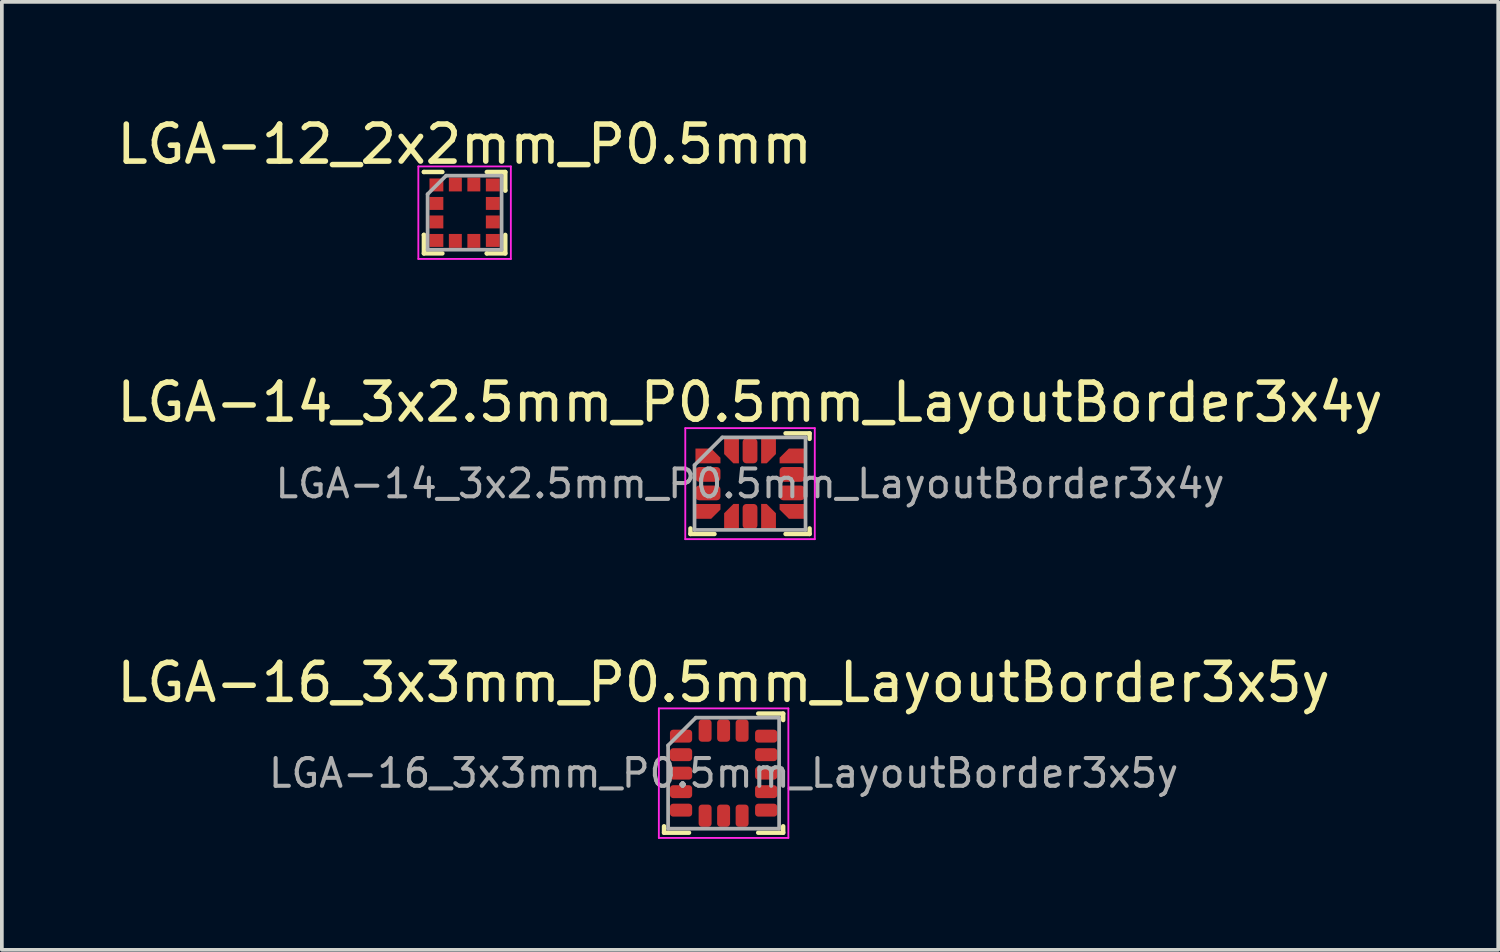
<source format=kicad_pcb>
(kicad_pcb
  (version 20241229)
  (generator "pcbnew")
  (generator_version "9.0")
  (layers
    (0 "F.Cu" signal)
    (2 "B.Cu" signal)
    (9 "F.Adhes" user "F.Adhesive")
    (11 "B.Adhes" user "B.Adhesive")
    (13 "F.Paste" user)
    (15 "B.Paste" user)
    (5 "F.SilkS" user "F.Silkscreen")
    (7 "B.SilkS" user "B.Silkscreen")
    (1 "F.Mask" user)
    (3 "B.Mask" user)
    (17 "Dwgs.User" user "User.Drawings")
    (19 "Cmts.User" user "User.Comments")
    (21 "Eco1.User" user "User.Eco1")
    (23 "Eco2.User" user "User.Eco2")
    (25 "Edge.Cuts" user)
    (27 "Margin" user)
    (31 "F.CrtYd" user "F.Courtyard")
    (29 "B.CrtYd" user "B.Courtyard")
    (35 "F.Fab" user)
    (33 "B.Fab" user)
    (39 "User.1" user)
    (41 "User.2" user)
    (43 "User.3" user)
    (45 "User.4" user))
  (footprint "LGA-14_3x2.5mm_P0.5mm_LayoutBorder3x4y"
    (layer "F.Cu")
    (at 17.22 10.021)
    (property "Reference" "LGA-14_3x2.5mm_P0.5mm_LayoutBorder3x4y" (at 0 -2.2 0) (layer "F.SilkS") (effects (font (size 1 1) (thickness 0.15))))
    (attr smd)
    (fp_line (start -1.61 1.36) (end -1.61 1.21) (stroke (width 0.12) (type solid)) (layer "F.SilkS"))
    (fp_line (start -0.96 1.36) (end -1.61 1.36) (stroke (width 0.12) (type solid)) (layer "F.SilkS"))
    (fp_line (start 0.96 -1.36) (end 1.61 -1.36) (stroke (width 0.12) (type solid)) (layer "F.SilkS"))
    (fp_line (start 0.96 1.36) (end 1.61 1.36) (stroke (width 0.12) (type solid)) (layer "F.SilkS"))
    (fp_line (start 1.61 -1.36) (end 1.61 -1.21) (stroke (width 0.12) (type solid)) (layer "F.SilkS"))
    (fp_line (start 1.61 1.36) (end 1.61 1.21) (stroke (width 0.12) (type solid)) (layer "F.SilkS"))
    (fp_line (start -1.75 -1.5) (end -1.75 1.5) (stroke (width 0.05) (type solid)) (layer "F.CrtYd"))
    (fp_line (start -1.75 1.5) (end 1.75 1.5) (stroke (width 0.05) (type solid)) (layer "F.CrtYd"))
    (fp_line (start 1.75 -1.5) (end -1.75 -1.5) (stroke (width 0.05) (type solid)) (layer "F.CrtYd"))
    (fp_line (start 1.75 1.5) (end 1.75 -1.5) (stroke (width 0.05) (type solid)) (layer "F.CrtYd"))
    (fp_line (start -1.5 -0.5) (end -0.75 -1.25) (stroke (width 0.1) (type solid)) (layer "F.Fab"))
    (fp_line (start -1.5 1.25) (end -1.5 -0.5) (stroke (width 0.1) (type solid)) (layer "F.Fab"))
    (fp_line (start -0.75 -1.25) (end 1.5 -1.25) (stroke (width 0.1) (type solid)) (layer "F.Fab"))
    (fp_line (start 1.5 -1.25) (end 1.5 1.25) (stroke (width 0.1) (type solid)) (layer "F.Fab"))
    (fp_line (start 1.5 1.25) (end -1.5 1.25) (stroke (width 0.1) (type solid)) (layer "F.Fab"))
    (fp_text user "${REFERENCE}" (at 0 0 0) (layer "F.Fab") (effects (font (size 0.75 0.75) (thickness 0.11))))
    (pad "1" smd custom (at -1.137 -0.75) (size 0.223 0.223) (layers "F.Cu" "F.Mask" "F.Paste") (options (anchor circle)) (primitives (gr_poly (pts (xy -0.338 -0.2) (xy 0.087 -0.2) (xy 0.338 0.05) (xy 0.338 0.2) (xy -0.338 0.2)) (width 0) (fill yes))))
    (pad "2" smd roundrect (at -1.137 -0.25) (size 0.675 0.4) (layers "F.Cu" "F.Mask" "F.Paste") (roundrect_rratio 0.25))
    (pad "3" smd roundrect (at -1.137 0.25) (size 0.675 0.4) (layers "F.Cu" "F.Mask" "F.Paste") (roundrect_rratio 0.25))
    (pad "4" smd custom (at -1.137 0.75) (size 0.223 0.223) (layers "F.Cu" "F.Mask" "F.Paste") (options (anchor circle)) (primitives (gr_poly (pts (xy -0.338 -0.2) (xy 0.338 -0.2) (xy 0.338 -0.05) (xy 0.087 0.2) (xy -0.338 0.2)) (width 0) (fill yes))))
    (pad "5" smd custom (at -0.5 0.887) (size 0.223 0.223) (layers "F.Cu" "F.Mask" "F.Paste") (options (anchor circle)) (primitives (gr_poly (pts (xy -0.2 -0.087) (xy 0.05 -0.338) (xy 0.2 -0.338) (xy 0.2 0.338) (xy -0.2 0.338)) (width 0) (fill yes))))
    (pad "6" smd roundrect (at 0 0.887) (size 0.4 0.675) (layers "F.Cu" "F.Mask" "F.Paste") (roundrect_rratio 0.25))
    (pad "7" smd custom (at 0.5 0.887) (size 0.223 0.223) (layers "F.Cu" "F.Mask" "F.Paste") (options (anchor circle)) (primitives (gr_poly (pts (xy -0.2 -0.338) (xy -0.05 -0.338) (xy 0.2 -0.087) (xy 0.2 0.338) (xy -0.2 0.338)) (width 0) (fill yes))))
    (pad "8" smd custom (at 1.137 0.75) (size 0.223 0.223) (layers "F.Cu" "F.Mask" "F.Paste") (options (anchor circle)) (primitives (gr_poly (pts (xy -0.338 -0.2) (xy 0.338 -0.2) (xy 0.338 0.2) (xy -0.087 0.2) (xy -0.338 -0.05)) (width 0) (fill yes))))
    (pad "9" smd roundrect (at 1.137 0.25) (size 0.675 0.4) (layers "F.Cu" "F.Mask" "F.Paste") (roundrect_rratio 0.25))
    (pad "10" smd roundrect (at 1.137 -0.25) (size 0.675 0.4) (layers "F.Cu" "F.Mask" "F.Paste") (roundrect_rratio 0.25))
    (pad "11" smd custom (at 1.137 -0.75) (size 0.223 0.223) (layers "F.Cu" "F.Mask" "F.Paste") (options (anchor circle)) (primitives (gr_poly (pts (xy -0.338 0.05) (xy -0.087 -0.2) (xy 0.338 -0.2) (xy 0.338 0.2) (xy -0.338 0.2)) (width 0) (fill yes))))
    (pad "12" smd custom (at 0.5 -0.887) (size 0.223 0.223) (layers "F.Cu" "F.Mask" "F.Paste") (options (anchor circle)) (primitives (gr_poly (pts (xy -0.2 -0.338) (xy 0.2 -0.338) (xy 0.2 0.087) (xy -0.05 0.338) (xy -0.2 0.338)) (width 0) (fill yes))))
    (pad "13" smd roundrect (at 0 -0.887) (size 0.4 0.675) (layers "F.Cu" "F.Mask" "F.Paste") (roundrect_rratio 0.25))
    (pad "14" smd custom (at -0.5 -0.887) (size 0.223 0.223) (layers "F.Cu" "F.Mask" "F.Paste") (options (anchor circle)) (primitives (gr_poly (pts (xy -0.2 -0.338) (xy 0.2 -0.338) (xy 0.2 0.338) (xy 0.05 0.338) (xy -0.2 0.087)) (width 0) (fill yes)))))
  (footprint "LGA-12_2x2mm_P0.5mm"
    (layer "F.Cu")
    (at 9.506 2.698)
    (property "Reference" "LGA-12_2x2mm_P0.5mm" (at 0 -1.85 0) (layer "F.SilkS") (effects (font (size 1 1) (thickness 0.15))))
    (attr smd)
    (fp_line (start -1.1 -1.1) (end -1.1 -1.1) (stroke (width 0.12) (type solid)) (layer "F.SilkS"))
    (fp_line (start -1.1 0.6) (end -1.1 0.6) (stroke (width 0.12) (type solid)) (layer "F.SilkS"))
    (fp_line (start -1.1 1.1) (end -1.1 0.6) (stroke (width 0.12) (type solid)) (layer "F.SilkS"))
    (fp_line (start -0.6 -1.1) (end -1.1 -1.1) (stroke (width 0.12) (type solid)) (layer "F.SilkS"))
    (fp_line (start -0.6 1.1) (end -1.1 1.1) (stroke (width 0.12) (type solid)) (layer "F.SilkS"))
    (fp_line (start 0.6 -1.1) (end 1.1 -1.1) (stroke (width 0.12) (type solid)) (layer "F.SilkS"))
    (fp_line (start 0.6 1.1) (end 0.6 1.1) (stroke (width 0.12) (type solid)) (layer "F.SilkS"))
    (fp_line (start 1.1 -1.1) (end 1.1 -0.6) (stroke (width 0.12) (type solid)) (layer "F.SilkS"))
    (fp_line (start 1.1 -0.6) (end 1.1 -0.6) (stroke (width 0.12) (type solid)) (layer "F.SilkS"))
    (fp_line (start 1.1 0.6) (end 1.1 1.1) (stroke (width 0.12) (type solid)) (layer "F.SilkS"))
    (fp_line (start 1.1 1.1) (end 0.6 1.1) (stroke (width 0.12) (type solid)) (layer "F.SilkS"))
    (fp_line (start -1.25 -1.25) (end 1.25 -1.25) (stroke (width 0.05) (type solid)) (layer "F.CrtYd"))
    (fp_line (start -1.25 1.25) (end -1.25 -1.25) (stroke (width 0.05) (type solid)) (layer "F.CrtYd"))
    (fp_line (start 1.25 -1.25) (end 1.25 1.25) (stroke (width 0.05) (type solid)) (layer "F.CrtYd"))
    (fp_line (start 1.25 1.25) (end -1.25 1.25) (stroke (width 0.05) (type solid)) (layer "F.CrtYd"))
    (fp_line (start -1 -0.5) (end -0.5 -1) (stroke (width 0.1) (type solid)) (layer "F.Fab"))
    (fp_line (start -1 1) (end -1 -0.5) (stroke (width 0.1) (type solid)) (layer "F.Fab"))
    (fp_line (start -0.5 -1) (end 1 -1) (stroke (width 0.1) (type solid)) (layer "F.Fab"))
    (fp_line (start 1 -1) (end 1 1) (stroke (width 0.1) (type solid)) (layer "F.Fab"))
    (fp_line (start 1 1) (end -1 1) (stroke (width 0.1) (type solid)) (layer "F.Fab"))
    (pad "1" smd rect (at -0.762 -0.75) (size 0.375 0.35) (layers "F.Cu" "F.Mask" "F.Paste"))
    (pad "2" smd rect (at -0.762 -0.25) (size 0.375 0.35) (layers "F.Cu" "F.Mask" "F.Paste"))
    (pad "3" smd rect (at -0.762 0.25) (size 0.375 0.35) (layers "F.Cu" "F.Mask" "F.Paste"))
    (pad "4" smd rect (at -0.762 0.75) (size 0.375 0.35) (layers "F.Cu" "F.Mask" "F.Paste"))
    (pad "5" smd rect (at -0.25 0.762 90) (size 0.375 0.35) (layers "F.Cu" "F.Mask" "F.Paste"))
    (pad "6" smd rect (at 0.25 0.762 90) (size 0.375 0.35) (layers "F.Cu" "F.Mask" "F.Paste"))
    (pad "7" smd rect (at 0.762 0.75) (size 0.375 0.35) (layers "F.Cu" "F.Mask" "F.Paste"))
    (pad "8" smd rect (at 0.762 0.25) (size 0.375 0.35) (layers "F.Cu" "F.Mask" "F.Paste"))
    (pad "9" smd rect (at 0.762 -0.25) (size 0.375 0.35) (layers "F.Cu" "F.Mask" "F.Paste"))
    (pad "10" smd rect (at 0.762 -0.75) (size 0.375 0.35) (layers "F.Cu" "F.Mask" "F.Paste"))
    (pad "11" smd rect (at 0.25 -0.762 90) (size 0.375 0.35) (layers "F.Cu" "F.Mask" "F.Paste"))
    (pad "12" smd rect (at -0.25 -0.762 90) (size 0.375 0.35) (layers "F.Cu" "F.Mask" "F.Paste")))
  (footprint "LGA-16_3x3mm_P0.5mm_LayoutBorder3x5y"
    (layer "F.Cu")
    (at 16.506 17.845)
    (property "Reference" "LGA-16_3x3mm_P0.5mm_LayoutBorder3x5y" (at 0 -2.45 0) (layer "F.SilkS") (effects (font (size 1 1) (thickness 0.15))))
    (attr smd)
    (fp_line (start -1.61 1.61) (end -1.61 1.435) (stroke (width 0.12) (type solid)) (layer "F.SilkS"))
    (fp_line (start -0.935 1.61) (end -1.61 1.61) (stroke (width 0.12) (type solid)) (layer "F.SilkS"))
    (fp_line (start 0.935 -1.61) (end 1.61 -1.61) (stroke (width 0.12) (type solid)) (layer "F.SilkS"))
    (fp_line (start 0.935 1.61) (end 1.61 1.61) (stroke (width 0.12) (type solid)) (layer "F.SilkS"))
    (fp_line (start 1.61 -1.61) (end 1.61 -1.435) (stroke (width 0.12) (type solid)) (layer "F.SilkS"))
    (fp_line (start 1.61 1.61) (end 1.61 1.435) (stroke (width 0.12) (type solid)) (layer "F.SilkS"))
    (fp_line (start -1.75 -1.75) (end -1.75 1.75) (stroke (width 0.05) (type solid)) (layer "F.CrtYd"))
    (fp_line (start -1.75 1.75) (end 1.75 1.75) (stroke (width 0.05) (type solid)) (layer "F.CrtYd"))
    (fp_line (start 1.75 -1.75) (end -1.75 -1.75) (stroke (width 0.05) (type solid)) (layer "F.CrtYd"))
    (fp_line (start 1.75 1.75) (end 1.75 -1.75) (stroke (width 0.05) (type solid)) (layer "F.CrtYd"))
    (fp_line (start -1.5 -0.75) (end -0.75 -1.5) (stroke (width 0.1) (type solid)) (layer "F.Fab"))
    (fp_line (start -1.5 1.5) (end -1.5 -0.75) (stroke (width 0.1) (type solid)) (layer "F.Fab"))
    (fp_line (start -0.75 -1.5) (end 1.5 -1.5) (stroke (width 0.1) (type solid)) (layer "F.Fab"))
    (fp_line (start 1.5 -1.5) (end 1.5 1.5) (stroke (width 0.1) (type solid)) (layer "F.Fab"))
    (fp_line (start 1.5 1.5) (end -1.5 1.5) (stroke (width 0.1) (type solid)) (layer "F.Fab"))
    (fp_text user "${REFERENCE}" (at 0 0 0) (layer "F.Fab") (effects (font (size 0.75 0.75) (thickness 0.11))))
    (pad "1" smd roundrect (at -1.15 -1) (size 0.6 0.35) (layers "F.Cu" "F.Mask" "F.Paste") (roundrect_rratio 0.25))
    (pad "2" smd roundrect (at -1.15 -0.5) (size 0.6 0.35) (layers "F.Cu" "F.Mask" "F.Paste") (roundrect_rratio 0.25))
    (pad "3" smd roundrect (at -1.15 0) (size 0.6 0.35) (layers "F.Cu" "F.Mask" "F.Paste") (roundrect_rratio 0.25))
    (pad "4" smd roundrect (at -1.15 0.5) (size 0.6 0.35) (layers "F.Cu" "F.Mask" "F.Paste") (roundrect_rratio 0.25))
    (pad "5" smd roundrect (at -1.15 1) (size 0.6 0.35) (layers "F.Cu" "F.Mask" "F.Paste") (roundrect_rratio 0.25))
    (pad "6" smd roundrect (at -0.5 1.15) (size 0.35 0.6) (layers "F.Cu" "F.Mask" "F.Paste") (roundrect_rratio 0.25))
    (pad "7" smd roundrect (at 0 1.15) (size 0.35 0.6) (layers "F.Cu" "F.Mask" "F.Paste") (roundrect_rratio 0.25))
    (pad "8" smd roundrect (at 0.5 1.15) (size 0.35 0.6) (layers "F.Cu" "F.Mask" "F.Paste") (roundrect_rratio 0.25))
    (pad "9" smd roundrect (at 1.15 1) (size 0.6 0.35) (layers "F.Cu" "F.Mask" "F.Paste") (roundrect_rratio 0.25))
    (pad "10" smd roundrect (at 1.15 0.5) (size 0.6 0.35) (layers "F.Cu" "F.Mask" "F.Paste") (roundrect_rratio 0.25))
    (pad "11" smd roundrect (at 1.15 0) (size 0.6 0.35) (layers "F.Cu" "F.Mask" "F.Paste") (roundrect_rratio 0.25))
    (pad "12" smd roundrect (at 1.15 -0.5) (size 0.6 0.35) (layers "F.Cu" "F.Mask" "F.Paste") (roundrect_rratio 0.25))
    (pad "13" smd roundrect (at 1.15 -1) (size 0.6 0.35) (layers "F.Cu" "F.Mask" "F.Paste") (roundrect_rratio 0.25))
    (pad "14" smd roundrect (at 0.5 -1.15) (size 0.35 0.6) (layers "F.Cu" "F.Mask" "F.Paste") (roundrect_rratio 0.25))
    (pad "15" smd roundrect (at 0 -1.15) (size 0.35 0.6) (layers "F.Cu" "F.Mask" "F.Paste") (roundrect_rratio 0.25))
    (pad "16" smd roundrect (at -0.5 -1.15) (size 0.35 0.6) (layers "F.Cu" "F.Mask" "F.Paste") (roundrect_rratio 0.25)))
  (gr_rect
    (start -3 -3)
    (end 37.44 22.62)
    (stroke (width 0.1) (type default))
    (fill no)
    (layer "Edge.Cuts")))
</source>
